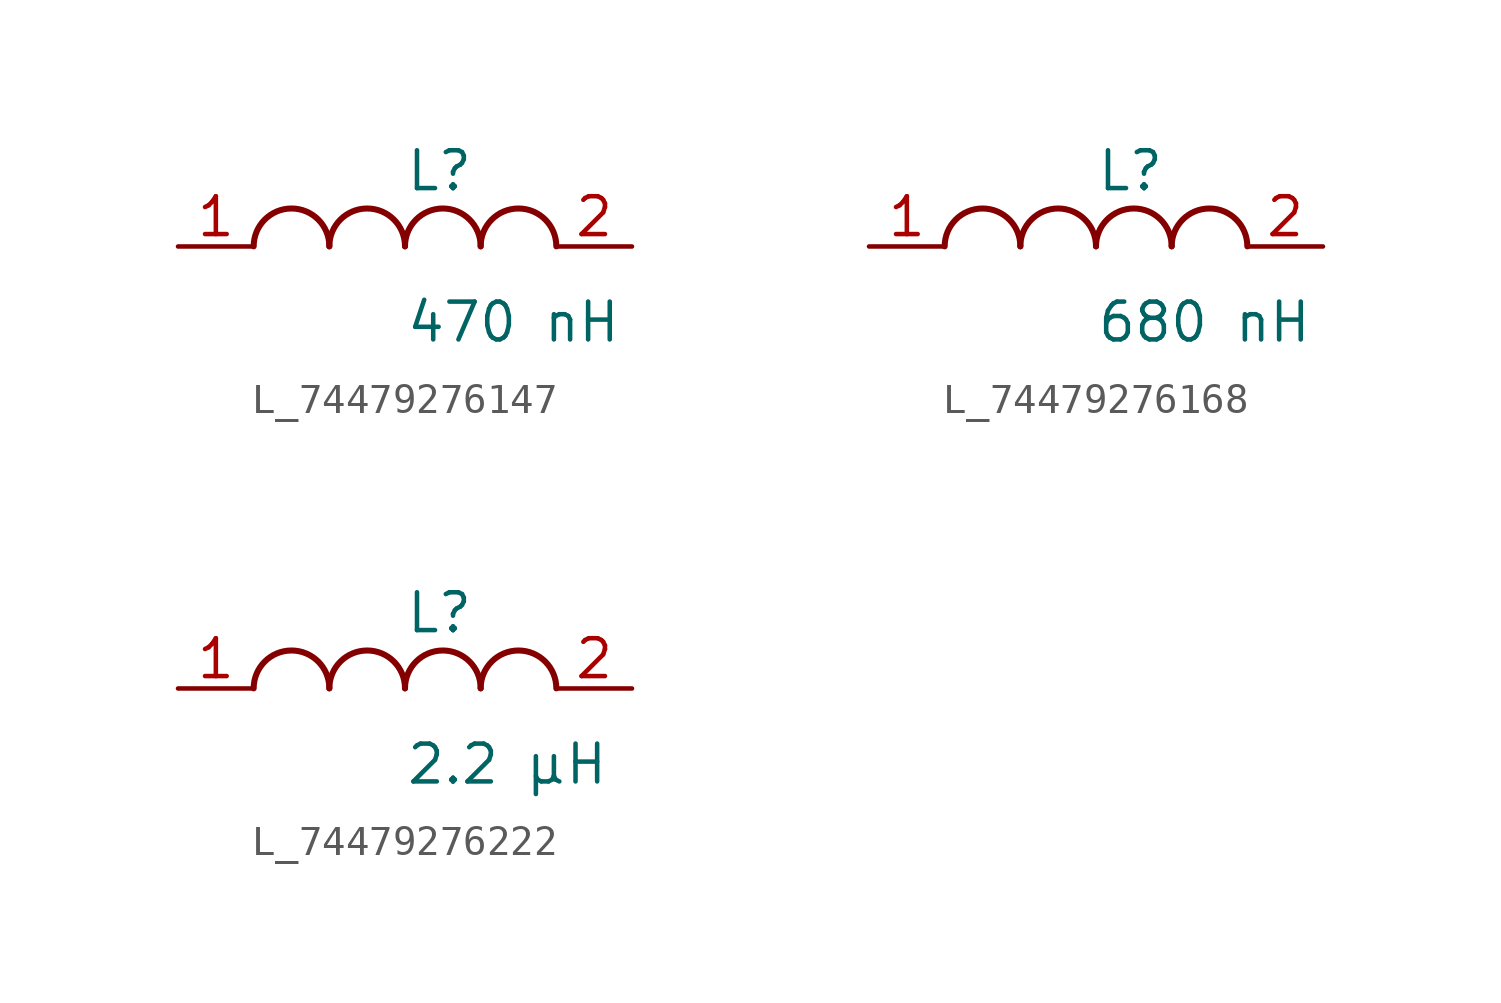
<source format=kicad_sym>
(kicad_symbol_lib
  (version 20231120)
  (generator kicad_symbol_editor)
  (generator_version 8.0)
  (symbol "L_74479276147"
    (pin_names
      (offset 0.254))
    (property "Reference" "L"
      (at 0 2.54 0)
      (effects (font (size 1.27 1.27)) (justify left)))
    (property "Value" "470 nH"
      (at 0 -2.54 0)
      (effects (font (size 1.27 1.27)) (justify left)))
    (symbol "L_74479276147_1_1"
      (arc (start -2.54 0.0056) (mid -3.81 1.27) (end -5.08 0.0056) (stroke (width 0.2032) (type default)) (fill (type none)))
      (arc (start 0 0.0056) (mid -1.27 1.27) (end -2.54 0.0056) (stroke (width 0.2032) (type default)) (fill (type none)))
      (arc (start 2.54 0.0056) (mid 1.27 1.27) (end 0 0.0056) (stroke (width 0.2032) (type default)) (fill (type none)))
      (arc (start 5.08 0.0056) (mid 3.81 1.27) (end 2.54 0.0056) (stroke (width 0.2032) (type default)) (fill (type none)))
      (pin unspecified line (at -7.62 0 0) (length 2.54) (name "" (effects (font (size 1.27 1.27)))) (number "1" (effects (font (size 1.27 1.27)))))
      (pin unspecified line (at 7.62 0 180) (length 2.54) (name "" (effects (font (size 1.27 1.27)))) (number "2" (effects (font (size 1.27 1.27)))))))
  (symbol "L_74479276168"
    (pin_names
      (offset 0.254))
    (property "Reference" "L"
      (at 0 2.54 0)
      (effects (font (size 1.27 1.27)) (justify left)))
    (property "Value" "680 nH"
      (at 0 -2.54 0)
      (effects (font (size 1.27 1.27)) (justify left)))
    (symbol "L_74479276168_1_1"
      (arc (start -2.54 0.0056) (mid -3.81 1.27) (end -5.08 0.0056) (stroke (width 0.2032) (type default)) (fill (type none)))
      (arc (start 0 0.0056) (mid -1.27 1.27) (end -2.54 0.0056) (stroke (width 0.2032) (type default)) (fill (type none)))
      (arc (start 2.54 0.0056) (mid 1.27 1.27) (end 0 0.0056) (stroke (width 0.2032) (type default)) (fill (type none)))
      (arc (start 5.08 0.0056) (mid 3.81 1.27) (end 2.54 0.0056) (stroke (width 0.2032) (type default)) (fill (type none)))
      (pin unspecified line (at -7.62 0 0) (length 2.54) (name "" (effects (font (size 1.27 1.27)))) (number "1" (effects (font (size 1.27 1.27)))))
      (pin unspecified line (at 7.62 0 180) (length 2.54) (name "" (effects (font (size 1.27 1.27)))) (number "2" (effects (font (size 1.27 1.27)))))))
  (symbol "L_74479276222"
    (pin_names
      (offset 0.254))
    (property "Reference" "L"
      (at 0 2.54 0)
      (effects (font (size 1.27 1.27)) (justify left)))
    (property "Value" "2.2 µH"
      (at 0 -2.54 0)
      (effects (font (size 1.27 1.27)) (justify left)))
    (symbol "L_74479276222_1_1"
      (arc (start -2.54 0.0056) (mid -3.81 1.27) (end -5.08 0.0056) (stroke (width 0.2032) (type default)) (fill (type none)))
      (arc (start 0 0.0056) (mid -1.27 1.27) (end -2.54 0.0056) (stroke (width 0.2032) (type default)) (fill (type none)))
      (arc (start 2.54 0.0056) (mid 1.27 1.27) (end 0 0.0056) (stroke (width 0.2032) (type default)) (fill (type none)))
      (arc (start 5.08 0.0056) (mid 3.81 1.27) (end 2.54 0.0056) (stroke (width 0.2032) (type default)) (fill (type none)))
      (pin unspecified line (at -7.62 0 0) (length 2.54) (name "" (effects (font (size 1.27 1.27)))) (number "1" (effects (font (size 1.27 1.27)))))
      (pin unspecified line (at 7.62 0 180) (length 2.54) (name "" (effects (font (size 1.27 1.27)))) (number "2" (effects (font (size 1.27 1.27))))))))
</source>
